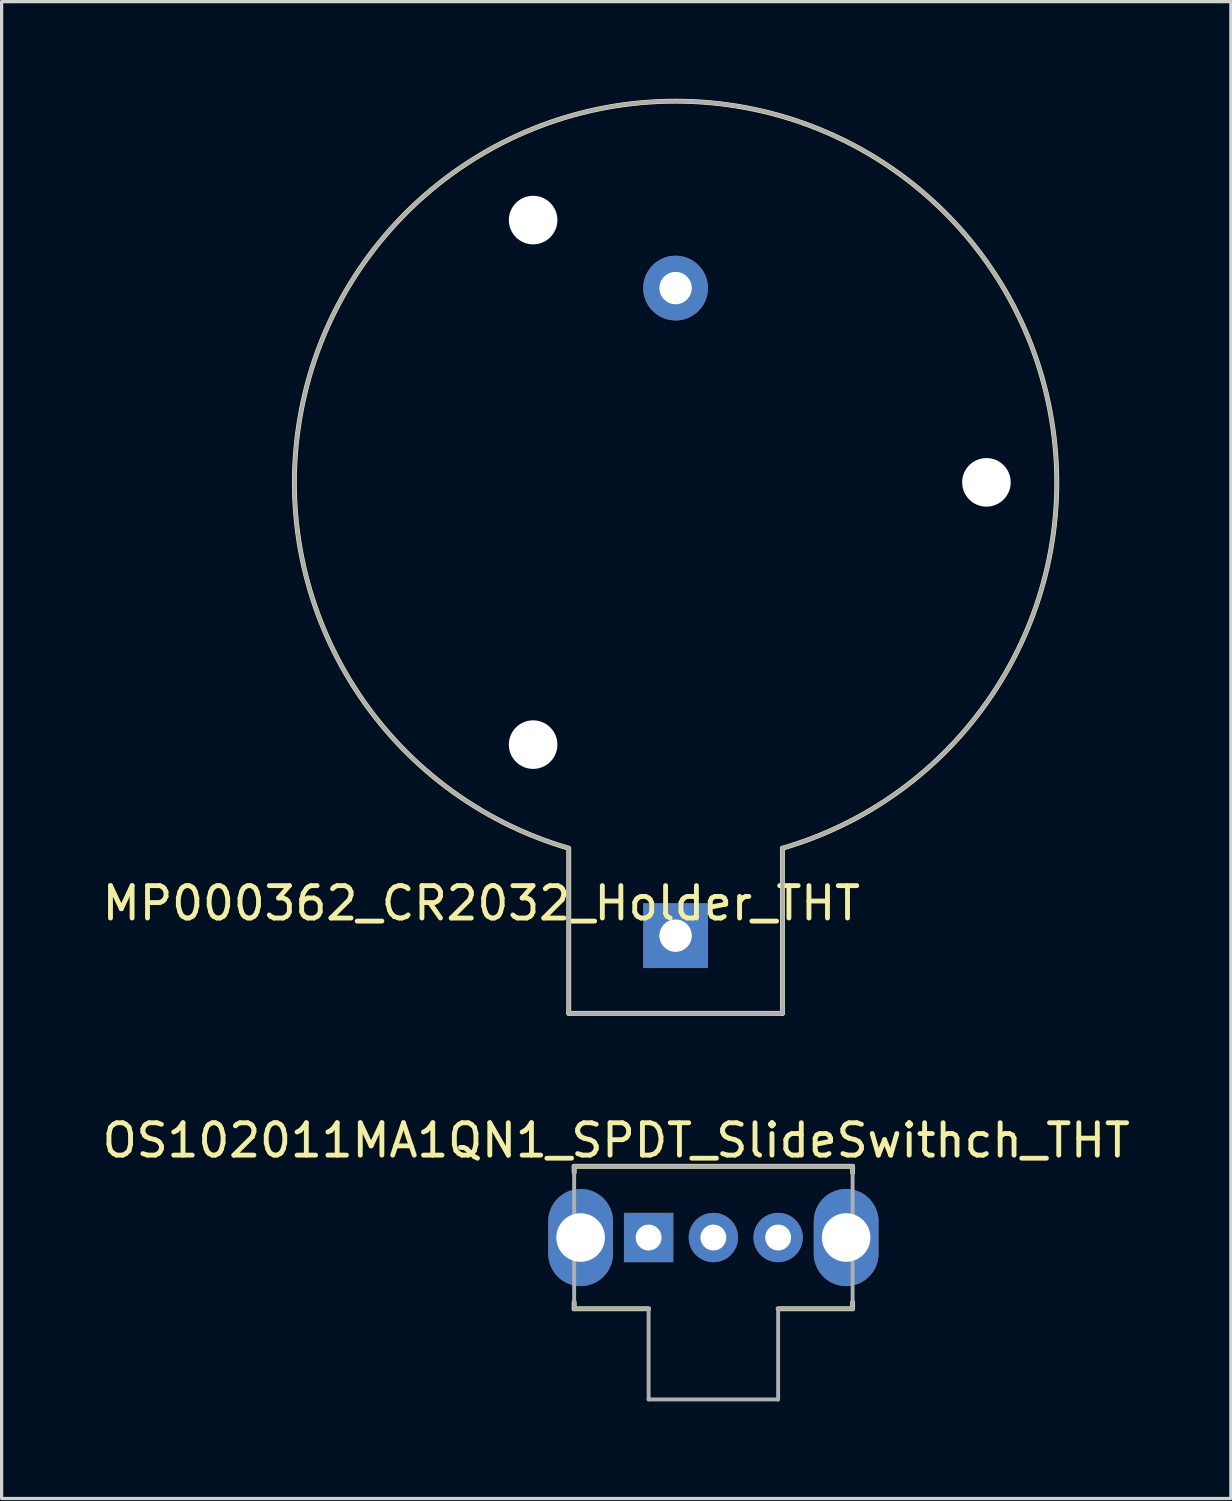
<source format=kicad_pcb>
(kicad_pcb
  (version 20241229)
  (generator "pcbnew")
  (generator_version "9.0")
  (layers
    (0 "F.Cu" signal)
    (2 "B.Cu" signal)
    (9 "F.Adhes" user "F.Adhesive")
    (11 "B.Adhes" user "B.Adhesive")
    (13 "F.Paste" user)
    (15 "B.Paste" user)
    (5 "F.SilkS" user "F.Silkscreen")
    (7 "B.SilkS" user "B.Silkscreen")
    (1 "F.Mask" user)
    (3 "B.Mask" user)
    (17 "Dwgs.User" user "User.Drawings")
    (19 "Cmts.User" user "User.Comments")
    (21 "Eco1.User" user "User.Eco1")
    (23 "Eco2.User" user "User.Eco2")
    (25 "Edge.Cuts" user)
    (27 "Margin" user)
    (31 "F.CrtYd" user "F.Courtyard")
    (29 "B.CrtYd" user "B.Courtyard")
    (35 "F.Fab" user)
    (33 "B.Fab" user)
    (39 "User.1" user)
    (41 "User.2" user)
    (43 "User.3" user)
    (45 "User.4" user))
  (footprint "OS102011MA1QN1_SPDT_SlideSwithch_THT"
    (layer "F.Cu")
    (at 18.982 35.17)
    (property "Reference" "OS102011MA1QN1_SPDT_SlideSwithch_THT" (at -3 -3 0) (layer "F.SilkS") (effects (font (size 1 1) (thickness 0.15))))
    (attr through_hole)
    (fp_line (start -4.3 -2.2) (end -4.3 -2) (stroke (width 0.15) (type solid)) (layer "F.SilkS"))
    (fp_line (start -4.3 2.2) (end -4.3 2) (stroke (width 0.15) (type solid)) (layer "F.SilkS"))
    (fp_line (start -2 2.2) (end -4.3 2.2) (stroke (width 0.15) (type solid)) (layer "F.SilkS"))
    (fp_line (start 2 2.2) (end 4.3 2.2) (stroke (width 0.15) (type solid)) (layer "F.SilkS"))
    (fp_line (start 4.3 -2.2) (end -4.3 -2.2) (stroke (width 0.15) (type solid)) (layer "F.SilkS"))
    (fp_line (start 4.3 -2.2) (end 4.3 -2) (stroke (width 0.15) (type solid)) (layer "F.SilkS"))
    (fp_line (start 4.3 2.2) (end 4.3 2) (stroke (width 0.15) (type solid)) (layer "F.SilkS"))
    (fp_line (start -4.3 -2.2) (end -4.3 2.2) (stroke (width 0.12) (type solid)) (layer "F.Fab"))
    (fp_line (start -4.3 2.2) (end -2 2.2) (stroke (width 0.12) (type solid)) (layer "F.Fab"))
    (fp_line (start -2 2.2) (end -2 5) (stroke (width 0.12) (type solid)) (layer "F.Fab"))
    (fp_line (start -2 5) (end 2 5) (stroke (width 0.12) (type solid)) (layer "F.Fab"))
    (fp_line (start 2 2.2) (end 4.3 2.2) (stroke (width 0.12) (type solid)) (layer "F.Fab"))
    (fp_line (start 2 5) (end 2 2.2) (stroke (width 0.12) (type solid)) (layer "F.Fab"))
    (fp_line (start 4.3 -2.2) (end -4.3 -2.2) (stroke (width 0.12) (type solid)) (layer "F.Fab"))
    (fp_line (start 4.3 -2.2) (end 4.3 2.2) (stroke (width 0.12) (type solid)) (layer "F.Fab"))
    (pad "" thru_hole oval (at -4.1 0) (size 2 3) (drill 1.5) (layers "*.Cu" "*.Mask"))
    (pad "" thru_hole oval (at 4.1 0) (size 2 3) (drill 1.5) (layers "*.Cu" "*.Mask"))
    (pad "1" thru_hole rect (at -2 0) (size 1.524 1.524) (drill 0.8) (layers "*.Cu" "*.Mask"))
    (pad "2" thru_hole circle (at 0 0) (size 1.524 1.524) (drill 0.8) (layers "*.Cu" "*.Mask"))
    (pad "3" thru_hole circle (at 2 0) (size 1.524 1.524) (drill 0.8) (layers "*.Cu" "*.Mask")))
  (footprint "MP000362_CR2032_Holder_THT"
    (layer "F.Cu")
    (at 17.815 11.847)
    (property "Reference" "MP000362_CR2032_Holder_THT" (at -6 13 180) (layer "F.SilkS") (effects (font (size 1 1) (thickness 0.15))))
    (attr through_hole)
    (fp_line (start -3.3 16.4) (end -3.3 11.3) (stroke (width 0.15) (type solid)) (layer "F.SilkS"))
    (fp_line (start 3.3 11.3) (end 3.3 16.4) (stroke (width 0.15) (type solid)) (layer "F.SilkS"))
    (fp_line (start 3.3 16.4) (end -3.3 16.4) (stroke (width 0.15) (type solid)) (layer "F.SilkS"))
    (fp_arc (start -3.308017 11.297656) (mid 0.004176 -11.772) (end 3.3 11.3) (stroke (width 0.15) (type solid)) (layer "F.SilkS"))
    (fp_line (start -3.3 16.4) (end -3.3 11.3) (stroke (width 0.12) (type solid)) (layer "F.Fab"))
    (fp_line (start 3.3 11.3) (end 3.3 16.4) (stroke (width 0.12) (type solid)) (layer "F.Fab"))
    (fp_line (start 3.3 16.4) (end -3.3 16.4) (stroke (width 0.12) (type solid)) (layer "F.Fab"))
    (fp_arc (start -3.308017 11.297656) (mid 0.004176 -11.772) (end 3.3 11.3) (stroke (width 0.12) (type solid)) (layer "F.Fab"))
    (pad "" np_thru_hole circle (at -4.4 -8.1 180) (size 1.5 1.5) (drill 1.5) (layers "*.Cu" "*.Mask"))
    (pad "" np_thru_hole circle (at -4.4 8.1 180) (size 1.5 1.5) (drill 1.5) (layers "*.Cu" "*.Mask"))
    (pad "" np_thru_hole circle (at 9.6 0 180) (size 1.5 1.5) (drill 1.5) (layers "*.Cu" "*.Mask"))
    (pad "1" thru_hole rect (at 0 14 180) (size 2 2) (drill 1) (layers "*.Cu" "*.Mask"))
    (pad "2" thru_hole circle (at 0 -6 180) (size 2 2) (drill 1) (layers "*.Cu" "*.Mask")))
  (gr_rect
    (start -3 -3)
    (end 34.964 43.23)
    (stroke (width 0.1) (type default))
    (fill no)
    (layer "Edge.Cuts")))
</source>
